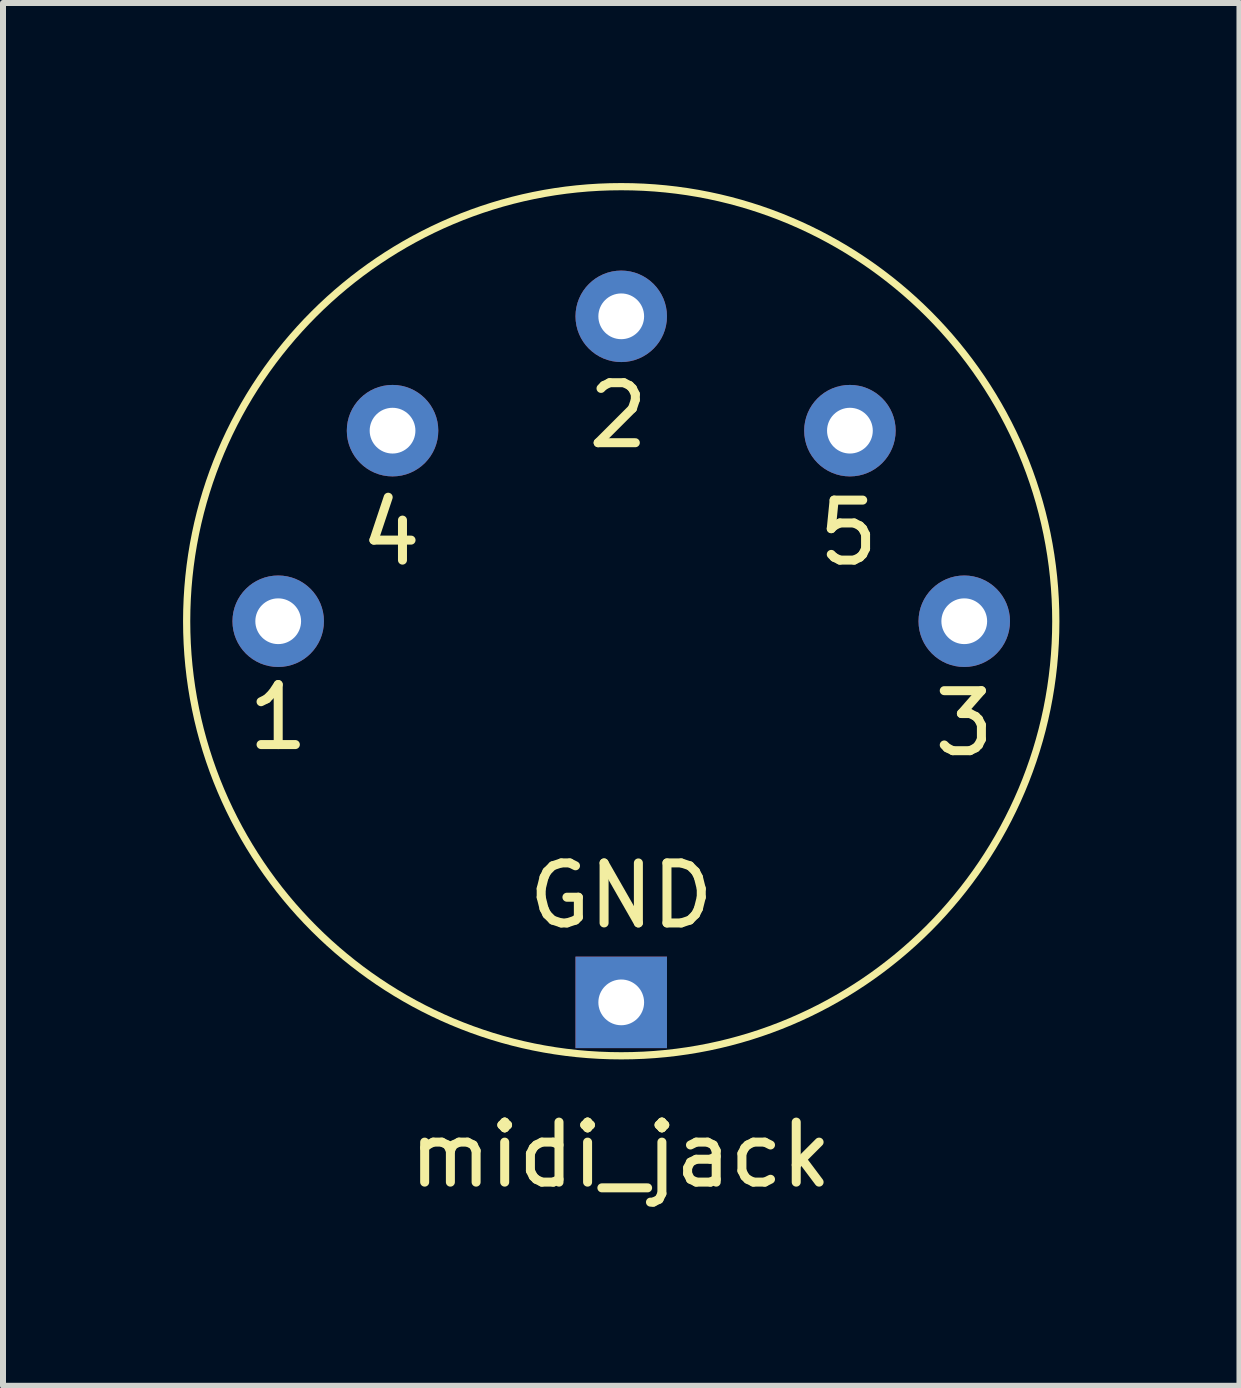
<source format=kicad_pcb>
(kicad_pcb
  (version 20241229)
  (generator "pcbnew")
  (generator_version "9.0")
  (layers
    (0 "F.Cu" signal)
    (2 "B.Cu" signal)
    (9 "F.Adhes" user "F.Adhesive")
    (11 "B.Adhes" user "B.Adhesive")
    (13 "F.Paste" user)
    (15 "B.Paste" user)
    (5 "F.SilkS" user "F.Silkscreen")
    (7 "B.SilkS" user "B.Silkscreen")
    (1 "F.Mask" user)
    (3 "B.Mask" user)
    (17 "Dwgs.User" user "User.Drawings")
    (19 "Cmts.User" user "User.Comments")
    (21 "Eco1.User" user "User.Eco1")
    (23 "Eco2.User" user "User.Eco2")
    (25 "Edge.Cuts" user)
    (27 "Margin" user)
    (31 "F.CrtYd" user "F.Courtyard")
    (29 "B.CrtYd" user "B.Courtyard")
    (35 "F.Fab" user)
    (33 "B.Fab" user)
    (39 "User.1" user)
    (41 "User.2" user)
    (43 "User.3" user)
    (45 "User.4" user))
  (footprint "midi_jack"
    (layer "F.Cu")
    (at 7.3 7.3)
    (property "Reference" "midi_jack" (at -0.013 8.89 0) (layer "F.SilkS") (effects (font (size 1 1) (thickness 0.15))))
    (attr through_hole)
    (fp_circle (center 0 0) (end -6.985 1.905) (stroke (width 0.12) (type solid)) (fill no) (layer "F.SilkS"))
    (fp_text user "2" (at -0.051 -3.429 0) (layer "F.SilkS") (effects (font (size 1 1) (thickness 0.15))))
    (fp_text user "3" (at 5.715 1.702 0) (layer "F.SilkS") (effects (font (size 1 1) (thickness 0.15))))
    (fp_text user "GND" (at 0 4.572 180) (layer "F.SilkS") (effects (font (size 1 1) (thickness 0.15))))
    (fp_text user "1" (at -5.715 1.6 0) (layer "F.SilkS") (effects (font (size 1 1) (thickness 0.15))))
    (fp_text user "4" (at -3.835 -1.473 0) (layer "F.SilkS") (effects (font (size 1 1) (thickness 0.15))))
    (fp_text user "5" (at 3.785 -1.473 0) (layer "F.SilkS") (effects (font (size 1 1) (thickness 0.15))))
    (pad "1" thru_hole circle (at -5.715 0) (size 1.524 1.524) (drill 0.762) (layers "*.Cu" "*.Mask"))
    (pad "2" thru_hole circle (at 0 -5.08) (size 1.524 1.524) (drill 0.762) (layers "*.Cu" "*.Mask"))
    (pad "3" thru_hole circle (at 5.715 0) (size 1.524 1.524) (drill 0.762) (layers "*.Cu" "*.Mask"))
    (pad "4" thru_hole circle (at -3.81 -3.175) (size 1.524 1.524) (drill 0.762) (layers "*.Cu" "*.Mask"))
    (pad "5" thru_hole circle (at 3.81 -3.175 90) (size 1.524 1.524) (drill 0.762) (layers "*.Cu" "*.Mask"))
    (pad "6" thru_hole rect (at 0 6.35) (size 1.524 1.524) (drill 0.762) (layers "*.Cu" "*.Mask")))
  (gr_rect
    (start -3 -3)
    (end 17.6 20.038)
    (stroke (width 0.1) (type default))
    (fill no)
    (layer "Edge.Cuts")))
</source>
